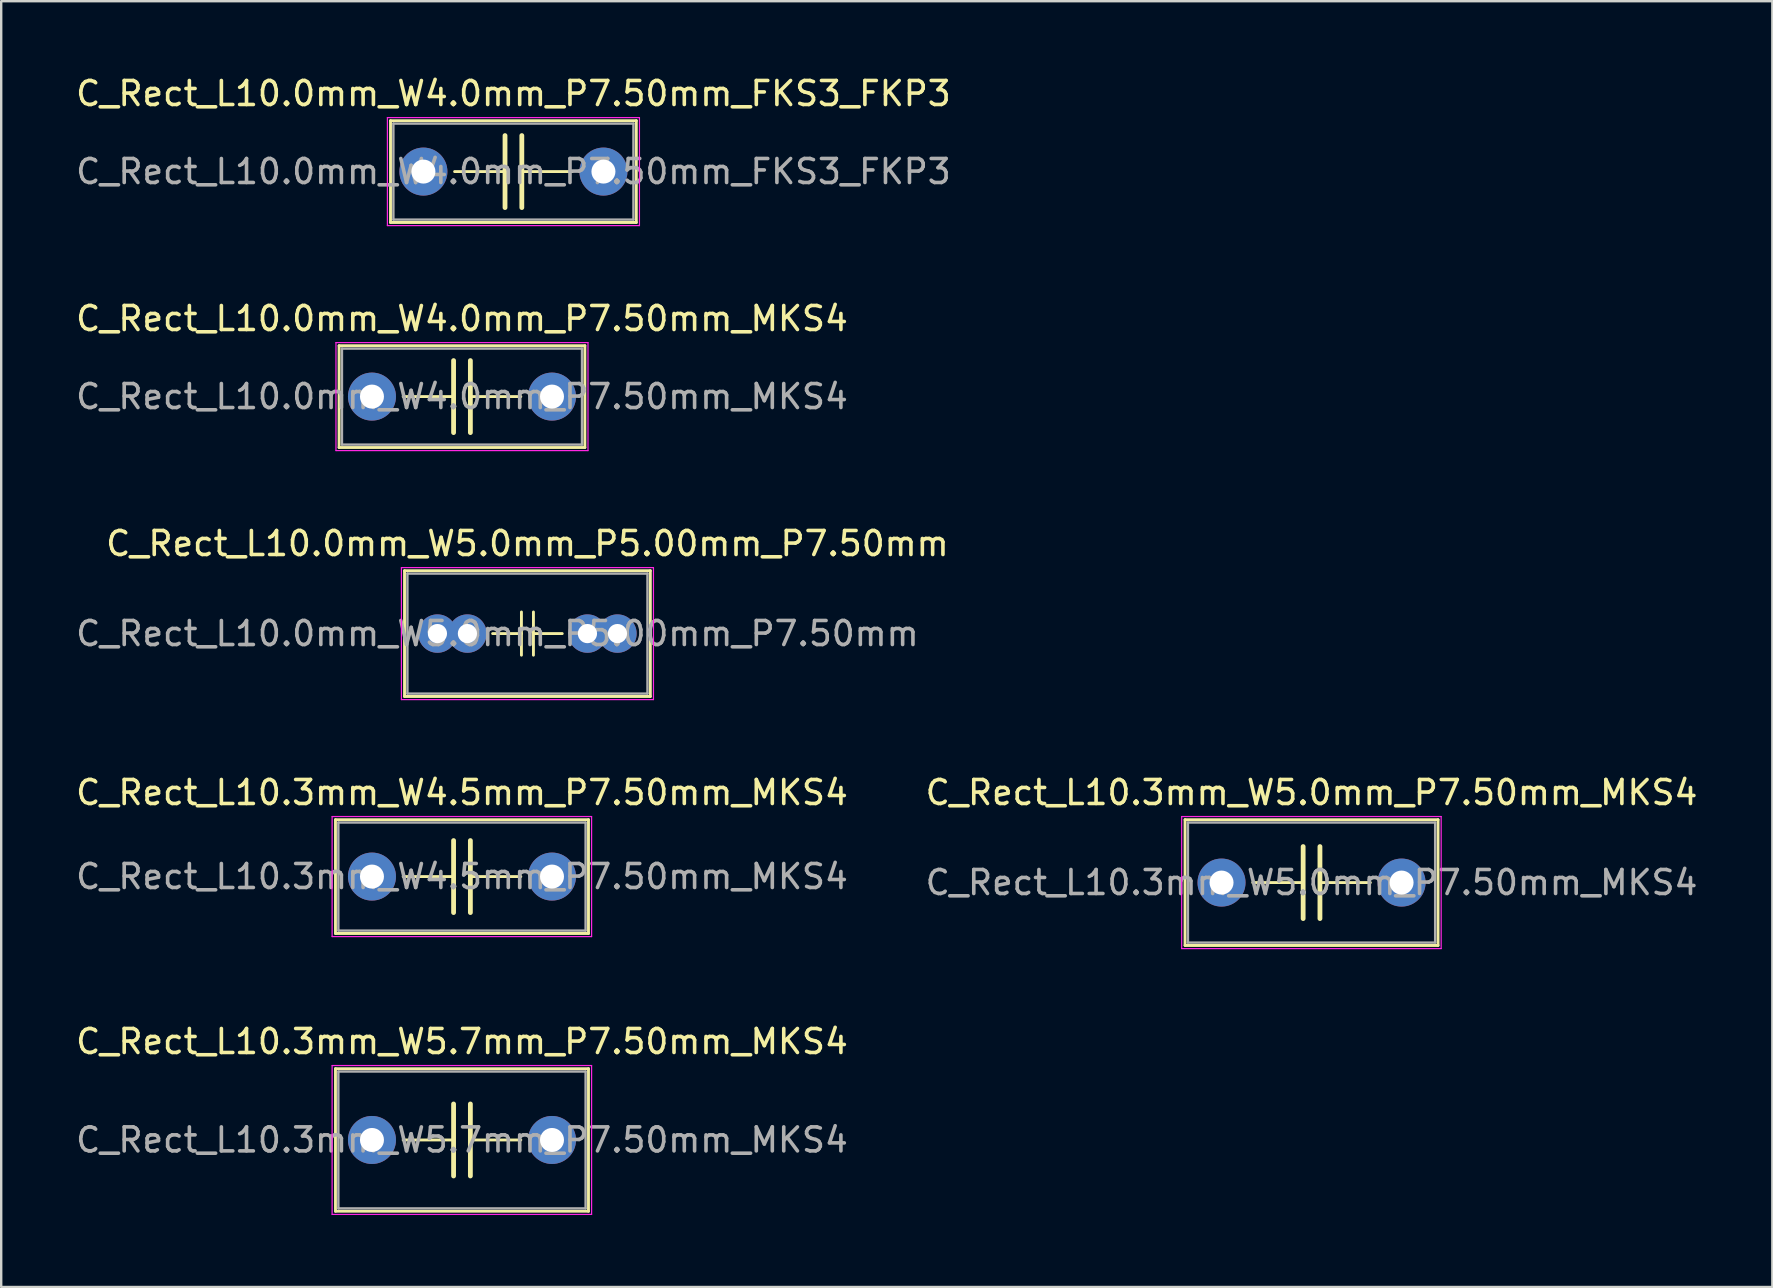
<source format=kicad_pcb>
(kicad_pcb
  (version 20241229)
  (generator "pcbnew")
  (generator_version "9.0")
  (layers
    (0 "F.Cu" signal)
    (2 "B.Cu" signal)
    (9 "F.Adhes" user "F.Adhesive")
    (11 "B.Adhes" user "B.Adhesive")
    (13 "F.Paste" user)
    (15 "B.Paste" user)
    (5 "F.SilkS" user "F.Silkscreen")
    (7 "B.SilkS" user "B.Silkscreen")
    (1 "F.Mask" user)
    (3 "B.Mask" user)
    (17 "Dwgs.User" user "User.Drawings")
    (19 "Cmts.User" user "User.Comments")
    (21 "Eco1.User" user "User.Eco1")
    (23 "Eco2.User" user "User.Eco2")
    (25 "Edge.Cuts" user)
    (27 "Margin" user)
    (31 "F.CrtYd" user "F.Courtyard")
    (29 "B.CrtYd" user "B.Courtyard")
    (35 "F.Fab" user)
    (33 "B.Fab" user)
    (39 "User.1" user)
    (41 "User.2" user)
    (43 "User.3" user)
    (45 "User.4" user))
  (footprint "C_Rect_L10.0mm_W4.0mm_P7.50mm_MKS4"
    (layer "F.Cu")
    (at 12.446 13.472)
    (property "Reference" "C_Rect_L10.0mm_W4.0mm_P7.50mm_MKS4" (at 3.75 -3.25 0) (layer "F.SilkS") (effects (font (size 1 1) (thickness 0.15))))
    (attr through_hole)
    (fp_line (start -1.37 -2.12) (end -1.37 2.12) (stroke (width 0.12) (type solid)) (layer "F.SilkS"))
    (fp_line (start -1.37 -2.12) (end 8.87 -2.12) (stroke (width 0.12) (type solid)) (layer "F.SilkS"))
    (fp_line (start -1.37 2.12) (end 8.87 2.12) (stroke (width 0.12) (type solid)) (layer "F.SilkS"))
    (fp_line (start 1.3 0) (end 3.4 0) (stroke (width 0.12) (type solid)) (layer "F.SilkS"))
    (fp_line (start 3.4 -1.5) (end 3.4 1.5) (stroke (width 0.2) (type solid)) (layer "F.SilkS"))
    (fp_line (start 4.1 -1.5) (end 4.1 1.5) (stroke (width 0.2) (type solid)) (layer "F.SilkS"))
    (fp_line (start 4.1 0) (end 6.2 0) (stroke (width 0.12) (type solid)) (layer "F.SilkS"))
    (fp_line (start 8.87 -2.12) (end 8.87 2.12) (stroke (width 0.12) (type solid)) (layer "F.SilkS"))
    (fp_line (start -1.5 -2.25) (end -1.5 2.25) (stroke (width 0.05) (type solid)) (layer "F.CrtYd"))
    (fp_line (start -1.5 2.25) (end 9 2.25) (stroke (width 0.05) (type solid)) (layer "F.CrtYd"))
    (fp_line (start 9 -2.25) (end -1.5 -2.25) (stroke (width 0.05) (type solid)) (layer "F.CrtYd"))
    (fp_line (start 9 2.25) (end 9 -2.25) (stroke (width 0.05) (type solid)) (layer "F.CrtYd"))
    (fp_line (start -1.25 -2) (end -1.25 2) (stroke (width 0.1) (type solid)) (layer "F.Fab"))
    (fp_line (start -1.25 2) (end 8.75 2) (stroke (width 0.1) (type solid)) (layer "F.Fab"))
    (fp_line (start 8.75 -2) (end -1.25 -2) (stroke (width 0.1) (type solid)) (layer "F.Fab"))
    (fp_line (start 8.75 2) (end 8.75 -2) (stroke (width 0.1) (type solid)) (layer "F.Fab"))
    (fp_text user "${REFERENCE}" (at 3.75 0 0) (layer "F.Fab") (effects (font (size 1 1) (thickness 0.15))))
    (pad "1" thru_hole circle (at 0 0) (size 2 2) (drill 1) (layers "*.Cu" "*.Mask"))
    (pad "2" thru_hole circle (at 7.5 0) (size 2 2) (drill 1) (layers "*.Cu" "*.Mask")))
  (footprint "C_Rect_L10.0mm_W4.0mm_P7.50mm_FKS3_FKP3"
    (layer "F.Cu")
    (at 14.589 4.098)
    (property "Reference" "C_Rect_L10.0mm_W4.0mm_P7.50mm_FKS3_FKP3" (at 3.75 -3.25 0) (layer "F.SilkS") (effects (font (size 1 1) (thickness 0.15))))
    (attr through_hole)
    (fp_line (start -1.37 -2.12) (end -1.37 2.12) (stroke (width 0.12) (type solid)) (layer "F.SilkS"))
    (fp_line (start -1.37 -2.12) (end 8.87 -2.12) (stroke (width 0.12) (type solid)) (layer "F.SilkS"))
    (fp_line (start -1.37 2.12) (end 8.87 2.12) (stroke (width 0.12) (type solid)) (layer "F.SilkS"))
    (fp_line (start 1.3 0) (end 3.4 0) (stroke (width 0.12) (type solid)) (layer "F.SilkS"))
    (fp_line (start 3.4 -1.5) (end 3.4 1.5) (stroke (width 0.2) (type solid)) (layer "F.SilkS"))
    (fp_line (start 4.1 -1.5) (end 4.1 1.5) (stroke (width 0.2) (type solid)) (layer "F.SilkS"))
    (fp_line (start 4.1 0) (end 6.2 0) (stroke (width 0.12) (type solid)) (layer "F.SilkS"))
    (fp_line (start 8.87 -2.12) (end 8.87 2.12) (stroke (width 0.12) (type solid)) (layer "F.SilkS"))
    (fp_line (start -1.5 -2.25) (end -1.5 2.25) (stroke (width 0.05) (type solid)) (layer "F.CrtYd"))
    (fp_line (start -1.5 2.25) (end 9 2.25) (stroke (width 0.05) (type solid)) (layer "F.CrtYd"))
    (fp_line (start 9 -2.25) (end -1.5 -2.25) (stroke (width 0.05) (type solid)) (layer "F.CrtYd"))
    (fp_line (start 9 2.25) (end 9 -2.25) (stroke (width 0.05) (type solid)) (layer "F.CrtYd"))
    (fp_line (start -1.25 -2) (end -1.25 2) (stroke (width 0.1) (type solid)) (layer "F.Fab"))
    (fp_line (start -1.25 2) (end 8.75 2) (stroke (width 0.1) (type solid)) (layer "F.Fab"))
    (fp_line (start 8.75 -2) (end -1.25 -2) (stroke (width 0.1) (type solid)) (layer "F.Fab"))
    (fp_line (start 8.75 2) (end 8.75 -2) (stroke (width 0.1) (type solid)) (layer "F.Fab"))
    (fp_text user "${REFERENCE}" (at 3.75 0 0) (layer "F.Fab") (effects (font (size 1 1) (thickness 0.15))))
    (pad "1" thru_hole circle (at 0 0) (size 2 2) (drill 1) (layers "*.Cu" "*.Mask"))
    (pad "2" thru_hole circle (at 7.5 0) (size 2 2) (drill 1) (layers "*.Cu" "*.Mask")))
  (footprint "C_Rect_L10.3mm_W5.0mm_P7.50mm_MKS4"
    (layer "F.Cu")
    (at 47.839 33.718)
    (property "Reference" "C_Rect_L10.3mm_W5.0mm_P7.50mm_MKS4" (at 3.75 -3.75 0) (layer "F.SilkS") (effects (font (size 1 1) (thickness 0.15))))
    (attr through_hole)
    (fp_line (start -1.52 -2.62) (end -1.52 2.62) (stroke (width 0.12) (type solid)) (layer "F.SilkS"))
    (fp_line (start -1.52 -2.62) (end 9.02 -2.62) (stroke (width 0.12) (type solid)) (layer "F.SilkS"))
    (fp_line (start -1.52 2.62) (end 9.02 2.62) (stroke (width 0.12) (type solid)) (layer "F.SilkS"))
    (fp_line (start 1.3 0) (end 3.4 0) (stroke (width 0.12) (type solid)) (layer "F.SilkS"))
    (fp_line (start 3.4 -1.5) (end 3.4 1.5) (stroke (width 0.2) (type solid)) (layer "F.SilkS"))
    (fp_line (start 4.1 -1.5) (end 4.1 1.5) (stroke (width 0.2) (type solid)) (layer "F.SilkS"))
    (fp_line (start 4.1 0) (end 6.2 0) (stroke (width 0.12) (type solid)) (layer "F.SilkS"))
    (fp_line (start 9.02 -2.62) (end 9.02 2.62) (stroke (width 0.12) (type solid)) (layer "F.SilkS"))
    (fp_line (start -1.66 -2.75) (end -1.66 2.75) (stroke (width 0.05) (type solid)) (layer "F.CrtYd"))
    (fp_line (start -1.66 2.75) (end 9.15 2.75) (stroke (width 0.05) (type solid)) (layer "F.CrtYd"))
    (fp_line (start 9.15 -2.75) (end -1.66 -2.75) (stroke (width 0.05) (type solid)) (layer "F.CrtYd"))
    (fp_line (start 9.15 2.75) (end 9.15 -2.75) (stroke (width 0.05) (type solid)) (layer "F.CrtYd"))
    (fp_line (start -1.4 -2.5) (end -1.4 2.5) (stroke (width 0.1) (type solid)) (layer "F.Fab"))
    (fp_line (start -1.4 2.5) (end 8.9 2.5) (stroke (width 0.1) (type solid)) (layer "F.Fab"))
    (fp_line (start 8.9 -2.5) (end -1.4 -2.5) (stroke (width 0.1) (type solid)) (layer "F.Fab"))
    (fp_line (start 8.9 2.5) (end 8.9 -2.5) (stroke (width 0.1) (type solid)) (layer "F.Fab"))
    (fp_text user "${REFERENCE}" (at 3.75 0 0) (layer "F.Fab") (effects (font (size 1 1) (thickness 0.15))))
    (pad "1" thru_hole circle (at 0 0) (size 2 2) (drill 1) (layers "*.Cu" "*.Mask"))
    (pad "2" thru_hole circle (at 7.5 0) (size 2 2) (drill 1) (layers "*.Cu" "*.Mask")))
  (footprint "C_Rect_L10.3mm_W5.7mm_P7.50mm_MKS4"
    (layer "F.Cu")
    (at 12.446 44.441)
    (property "Reference" "C_Rect_L10.3mm_W5.7mm_P7.50mm_MKS4" (at 3.75 -4.1 0) (layer "F.SilkS") (effects (font (size 1 1) (thickness 0.15))))
    (attr through_hole)
    (fp_line (start -1.52 -2.97) (end -1.52 2.97) (stroke (width 0.12) (type solid)) (layer "F.SilkS"))
    (fp_line (start -1.52 -2.97) (end 9.02 -2.97) (stroke (width 0.12) (type solid)) (layer "F.SilkS"))
    (fp_line (start -1.52 2.97) (end 9.02 2.97) (stroke (width 0.12) (type solid)) (layer "F.SilkS"))
    (fp_line (start 1.3 0) (end 3.4 0) (stroke (width 0.12) (type solid)) (layer "F.SilkS"))
    (fp_line (start 3.4 -1.5) (end 3.4 1.5) (stroke (width 0.2) (type solid)) (layer "F.SilkS"))
    (fp_line (start 4.1 -1.5) (end 4.1 1.5) (stroke (width 0.2) (type solid)) (layer "F.SilkS"))
    (fp_line (start 4.1 0) (end 6.2 0) (stroke (width 0.12) (type solid)) (layer "F.SilkS"))
    (fp_line (start 9.02 -2.97) (end 9.02 2.97) (stroke (width 0.12) (type solid)) (layer "F.SilkS"))
    (fp_line (start -1.66 -3.1) (end -1.66 3.1) (stroke (width 0.05) (type solid)) (layer "F.CrtYd"))
    (fp_line (start -1.66 3.1) (end 9.15 3.1) (stroke (width 0.05) (type solid)) (layer "F.CrtYd"))
    (fp_line (start 9.15 -3.1) (end -1.66 -3.1) (stroke (width 0.05) (type solid)) (layer "F.CrtYd"))
    (fp_line (start 9.15 3.1) (end 9.15 -3.1) (stroke (width 0.05) (type solid)) (layer "F.CrtYd"))
    (fp_line (start -1.4 -2.85) (end -1.4 2.85) (stroke (width 0.1) (type solid)) (layer "F.Fab"))
    (fp_line (start -1.4 2.85) (end 8.9 2.85) (stroke (width 0.1) (type solid)) (layer "F.Fab"))
    (fp_line (start 8.9 -2.85) (end -1.4 -2.85) (stroke (width 0.1) (type solid)) (layer "F.Fab"))
    (fp_line (start 8.9 2.85) (end 8.9 -2.85) (stroke (width 0.1) (type solid)) (layer "F.Fab"))
    (fp_text user "${REFERENCE}" (at 3.75 0 0) (layer "F.Fab") (effects (font (size 1 1) (thickness 0.15))))
    (pad "1" thru_hole circle (at 0 0) (size 2 2) (drill 1) (layers "*.Cu" "*.Mask"))
    (pad "2" thru_hole circle (at 7.5 0) (size 2 2) (drill 1) (layers "*.Cu" "*.Mask")))
  (footprint "C_Rect_L10.3mm_W4.5mm_P7.50mm_MKS4"
    (layer "F.Cu")
    (at 12.446 33.468)
    (property "Reference" "C_Rect_L10.3mm_W4.5mm_P7.50mm_MKS4" (at 3.75 -3.5 0) (layer "F.SilkS") (effects (font (size 1 1) (thickness 0.15))))
    (attr through_hole)
    (fp_line (start -1.52 -2.37) (end -1.52 2.37) (stroke (width 0.12) (type solid)) (layer "F.SilkS"))
    (fp_line (start -1.52 -2.37) (end 9.02 -2.37) (stroke (width 0.12) (type solid)) (layer "F.SilkS"))
    (fp_line (start -1.52 2.37) (end 9.02 2.37) (stroke (width 0.12) (type solid)) (layer "F.SilkS"))
    (fp_line (start 1.3 0) (end 3.4 0) (stroke (width 0.12) (type solid)) (layer "F.SilkS"))
    (fp_line (start 3.4 -1.5) (end 3.4 1.5) (stroke (width 0.2) (type solid)) (layer "F.SilkS"))
    (fp_line (start 4.1 -1.5) (end 4.1 1.5) (stroke (width 0.2) (type solid)) (layer "F.SilkS"))
    (fp_line (start 4.1 0) (end 6.2 0) (stroke (width 0.12) (type solid)) (layer "F.SilkS"))
    (fp_line (start 9.02 -2.37) (end 9.02 2.37) (stroke (width 0.12) (type solid)) (layer "F.SilkS"))
    (fp_line (start -1.66 -2.5) (end -1.66 2.5) (stroke (width 0.05) (type solid)) (layer "F.CrtYd"))
    (fp_line (start -1.66 2.5) (end 9.15 2.5) (stroke (width 0.05) (type solid)) (layer "F.CrtYd"))
    (fp_line (start 9.15 -2.5) (end -1.66 -2.5) (stroke (width 0.05) (type solid)) (layer "F.CrtYd"))
    (fp_line (start 9.15 2.5) (end 9.15 -2.5) (stroke (width 0.05) (type solid)) (layer "F.CrtYd"))
    (fp_line (start -1.4 -2.25) (end -1.4 2.25) (stroke (width 0.1) (type solid)) (layer "F.Fab"))
    (fp_line (start -1.4 2.25) (end 8.9 2.25) (stroke (width 0.1) (type solid)) (layer "F.Fab"))
    (fp_line (start 8.9 -2.25) (end -1.4 -2.25) (stroke (width 0.1) (type solid)) (layer "F.Fab"))
    (fp_line (start 8.9 2.25) (end 8.9 -2.25) (stroke (width 0.1) (type solid)) (layer "F.Fab"))
    (fp_text user "${REFERENCE}" (at 3.75 0 0) (layer "F.Fab") (effects (font (size 1 1) (thickness 0.15))))
    (pad "1" thru_hole circle (at 0 0) (size 2 2) (drill 1) (layers "*.Cu" "*.Mask"))
    (pad "2" thru_hole circle (at 7.5 0) (size 2 2) (drill 1) (layers "*.Cu" "*.Mask")))
  (footprint "C_Rect_L10.0mm_W5.0mm_P5.00mm_P7.50mm"
    (layer "F.Cu")
    (at 15.173 23.345)
    (property "Reference" "C_Rect_L10.0mm_W5.0mm_P5.00mm_P7.50mm" (at 3.75 -3.75 0) (layer "F.SilkS") (effects (font (size 1 1) (thickness 0.15))))
    (attr through_hole)
    (fp_line (start -1.37 -2.62) (end -1.37 2.62) (stroke (width 0.12) (type solid)) (layer "F.SilkS"))
    (fp_line (start -1.37 -2.62) (end 8.87 -2.62) (stroke (width 0.12) (type solid)) (layer "F.SilkS"))
    (fp_line (start -1.37 2.62) (end 8.87 2.62) (stroke (width 0.12) (type solid)) (layer "F.SilkS"))
    (fp_line (start 2.3 0) (end 3.5 0) (stroke (width 0.12) (type solid)) (layer "F.SilkS"))
    (fp_line (start 3.5 -0.9) (end 3.5 0.9) (stroke (width 0.12) (type solid)) (layer "F.SilkS"))
    (fp_line (start 4 -0.9) (end 4 0.9) (stroke (width 0.12) (type solid)) (layer "F.SilkS"))
    (fp_line (start 5.2 0) (end 4 0) (stroke (width 0.12) (type solid)) (layer "F.SilkS"))
    (fp_line (start 8.87 -2.62) (end 8.87 2.62) (stroke (width 0.12) (type solid)) (layer "F.SilkS"))
    (fp_line (start -1.5 -2.75) (end -1.5 2.75) (stroke (width 0.05) (type solid)) (layer "F.CrtYd"))
    (fp_line (start -1.5 2.75) (end 9 2.75) (stroke (width 0.05) (type solid)) (layer "F.CrtYd"))
    (fp_line (start 9 -2.75) (end -1.5 -2.75) (stroke (width 0.05) (type solid)) (layer "F.CrtYd"))
    (fp_line (start 9 2.75) (end 9 -2.75) (stroke (width 0.05) (type solid)) (layer "F.CrtYd"))
    (fp_line (start -1.25 -2.5) (end -1.25 2.5) (stroke (width 0.1) (type solid)) (layer "F.Fab"))
    (fp_line (start -1.25 2.5) (end 8.75 2.5) (stroke (width 0.1) (type solid)) (layer "F.Fab"))
    (fp_line (start 8.75 -2.5) (end -1.25 -2.5) (stroke (width 0.1) (type solid)) (layer "F.Fab"))
    (fp_line (start 8.75 2.5) (end 8.75 -2.5) (stroke (width 0.1) (type solid)) (layer "F.Fab"))
    (fp_text user "${REFERENCE}" (at 2.5 0 0) (layer "F.Fab") (effects (font (size 1 1) (thickness 0.15))))
    (pad "1" thru_hole circle (at 0 0) (size 1.6 1.6) (drill 0.8) (layers "*.Cu" "*.Mask"))
    (pad "1" thru_hole circle (at 1.25 0) (size 1.6 1.6) (drill 0.8) (layers "*.Cu" "*.Mask"))
    (pad "2" thru_hole circle (at 6.25 0) (size 1.6 1.6) (drill 0.8) (layers "*.Cu" "*.Mask"))
    (pad "2" thru_hole circle (at 7.5 0) (size 1.6 1.6) (drill 0.8) (layers "*.Cu" "*.Mask")))
  (gr_rect
    (start -3 -3)
    (end 70.786 50.566)
    (stroke (width 0.1) (type default))
    (fill no)
    (layer "Edge.Cuts")))
</source>
